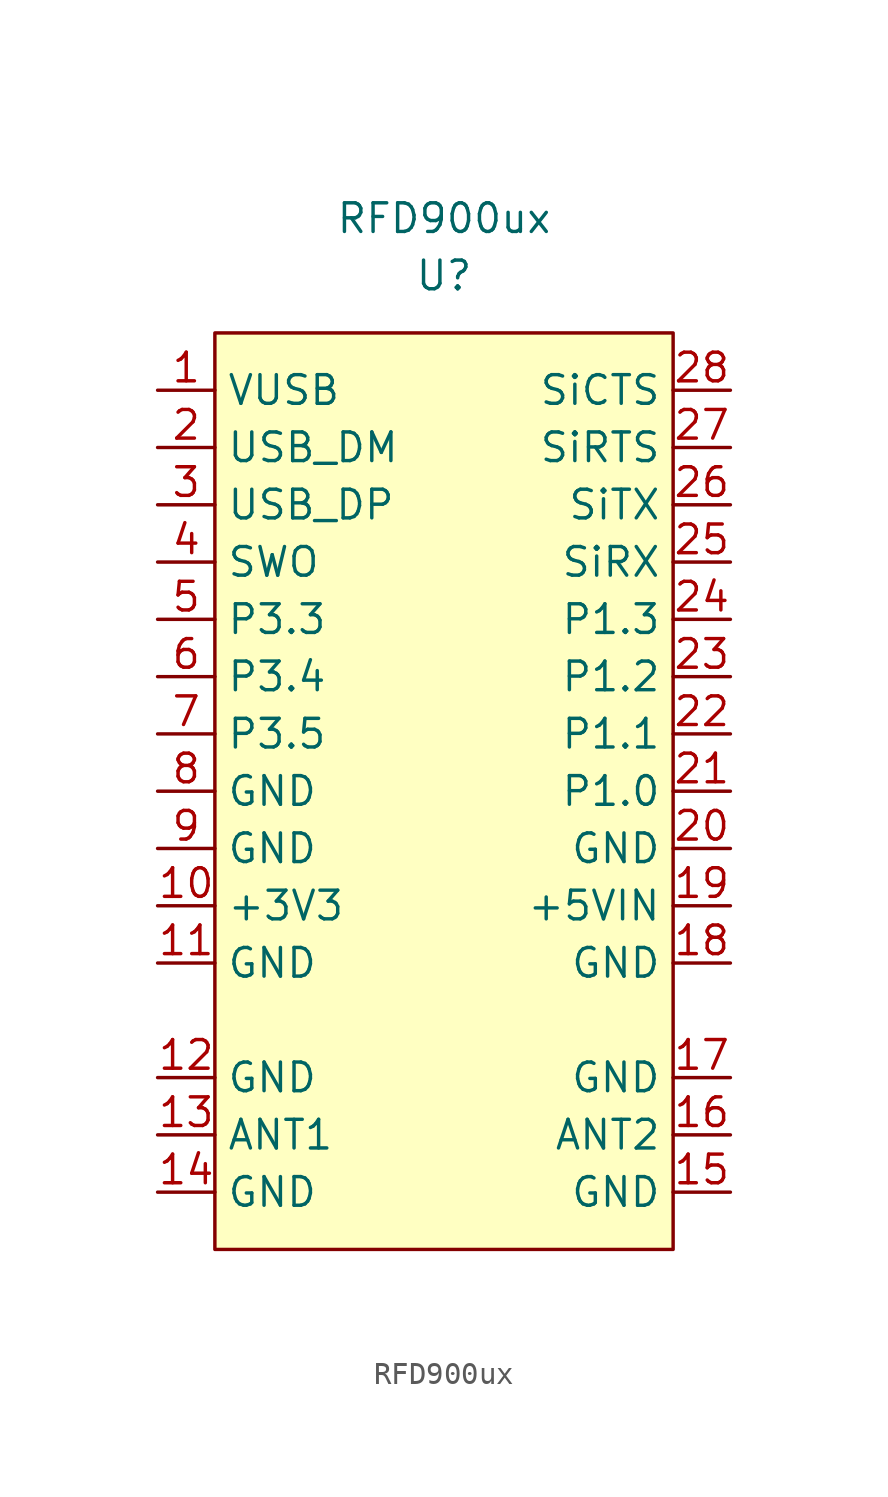
<source format=kicad_sym>
(kicad_symbol_lib
  (version 20211014)
  (generator kicad_symbol_editor)
  (symbol "RFD900ux"
    (property "Reference" "U"
      (at 0 25.4 0)
      (effects (font (size 1.27 1.27))))
    (property "Value" "RFD900ux"
      (at 0 27.94 0)
      (effects (font (size 1.27 1.27))))
    (symbol "RFD900ux_0_1"
      (rectangle (start -10.16 22.86) (end 10.16 -17.78) (stroke (width 0) (type default) (color 0 0 0 0)) (fill (type background))))
    (symbol "RFD900ux_1_1"
      (pin power_in line (at -12.7 20.32 0) (length 2.54) (name "VUSB" (effects (font (size 1.27 1.27)))) (number "1" (effects (font (size 1.27 1.27)))))
      (pin power_in line (at -12.7 -2.54 0) (length 2.54) (name "+3V3" (effects (font (size 1.27 1.27)))) (number "10" (effects (font (size 1.27 1.27)))))
      (pin power_in line (at -12.7 -5.08 0) (length 2.54) (name "GND" (effects (font (size 1.27 1.27)))) (number "11" (effects (font (size 1.27 1.27)))))
      (pin power_in line (at -12.7 -10.16 0) (length 2.54) (name "GND" (effects (font (size 1.27 1.27)))) (number "12" (effects (font (size 1.27 1.27)))))
      (pin bidirectional line (at -12.7 -12.7 0) (length 2.54) (name "ANT1" (effects (font (size 1.27 1.27)))) (number "13" (effects (font (size 1.27 1.27)))))
      (pin power_in line (at -12.7 -15.24 0) (length 2.54) (name "GND" (effects (font (size 1.27 1.27)))) (number "14" (effects (font (size 1.27 1.27)))))
      (pin power_in line (at 12.7 -15.24 180) (length 2.54) (name "GND" (effects (font (size 1.27 1.27)))) (number "15" (effects (font (size 1.27 1.27)))))
      (pin bidirectional line (at 12.7 -12.7 180) (length 2.54) (name "ANT2" (effects (font (size 1.27 1.27)))) (number "16" (effects (font (size 1.27 1.27)))))
      (pin power_in line (at 12.7 -10.16 180) (length 2.54) (name "GND" (effects (font (size 1.27 1.27)))) (number "17" (effects (font (size 1.27 1.27)))))
      (pin power_in line (at 12.7 -5.08 180) (length 2.54) (name "GND" (effects (font (size 1.27 1.27)))) (number "18" (effects (font (size 1.27 1.27)))))
      (pin power_in line (at 12.7 -2.54 180) (length 2.54) (name "+5VIN" (effects (font (size 1.27 1.27)))) (number "19" (effects (font (size 1.27 1.27)))))
      (pin bidirectional line (at -12.7 17.78 0) (length 2.54) (name "USB_DM" (effects (font (size 1.27 1.27)))) (number "2" (effects (font (size 1.27 1.27)))))
      (pin power_in line (at 12.7 0 180) (length 2.54) (name "GND" (effects (font (size 1.27 1.27)))) (number "20" (effects (font (size 1.27 1.27)))))
      (pin input line (at 12.7 2.54 180) (length 2.54) (name "P1.0" (effects (font (size 1.27 1.27)))) (number "21" (effects (font (size 1.27 1.27)))))
      (pin input line (at 12.7 5.08 180) (length 2.54) (name "P1.1" (effects (font (size 1.27 1.27)))) (number "22" (effects (font (size 1.27 1.27)))))
      (pin input line (at 12.7 7.62 180) (length 2.54) (name "P1.2" (effects (font (size 1.27 1.27)))) (number "23" (effects (font (size 1.27 1.27)))))
      (pin input line (at 12.7 10.16 180) (length 2.54) (name "P1.3" (effects (font (size 1.27 1.27)))) (number "24" (effects (font (size 1.27 1.27)))))
      (pin input line (at 12.7 12.7 180) (length 2.54) (name "SiRX" (effects (font (size 1.27 1.27)))) (number "25" (effects (font (size 1.27 1.27)))))
      (pin output line (at 12.7 15.24 180) (length 2.54) (name "SiTX" (effects (font (size 1.27 1.27)))) (number "26" (effects (font (size 1.27 1.27)))))
      (pin output line (at 12.7 17.78 180) (length 2.54) (name "SiRTS" (effects (font (size 1.27 1.27)))) (number "27" (effects (font (size 1.27 1.27)))))
      (pin output line (at 12.7 20.32 180) (length 2.54) (name "SiCTS" (effects (font (size 1.27 1.27)))) (number "28" (effects (font (size 1.27 1.27)))))
      (pin bidirectional line (at -12.7 15.24 0) (length 2.54) (name "USB_DP" (effects (font (size 1.27 1.27)))) (number "3" (effects (font (size 1.27 1.27)))))
      (pin bidirectional line (at -12.7 12.7 0) (length 2.54) (name "SWO" (effects (font (size 1.27 1.27)))) (number "4" (effects (font (size 1.27 1.27)))))
      (pin input line (at -12.7 10.16 0) (length 2.54) (name "P3.3" (effects (font (size 1.27 1.27)))) (number "5" (effects (font (size 1.27 1.27)))))
      (pin input line (at -12.7 7.62 0) (length 2.54) (name "P3.4" (effects (font (size 1.27 1.27)))) (number "6" (effects (font (size 1.27 1.27)))))
      (pin input line (at -12.7 5.08 0) (length 2.54) (name "P3.5" (effects (font (size 1.27 1.27)))) (number "7" (effects (font (size 1.27 1.27)))))
      (pin power_in line (at -12.7 2.54 0) (length 2.54) (name "GND" (effects (font (size 1.27 1.27)))) (number "8" (effects (font (size 1.27 1.27)))))
      (pin power_in line (at -12.7 0 0) (length 2.54) (name "GND" (effects (font (size 1.27 1.27)))) (number "9" (effects (font (size 1.27 1.27))))))))
</source>
